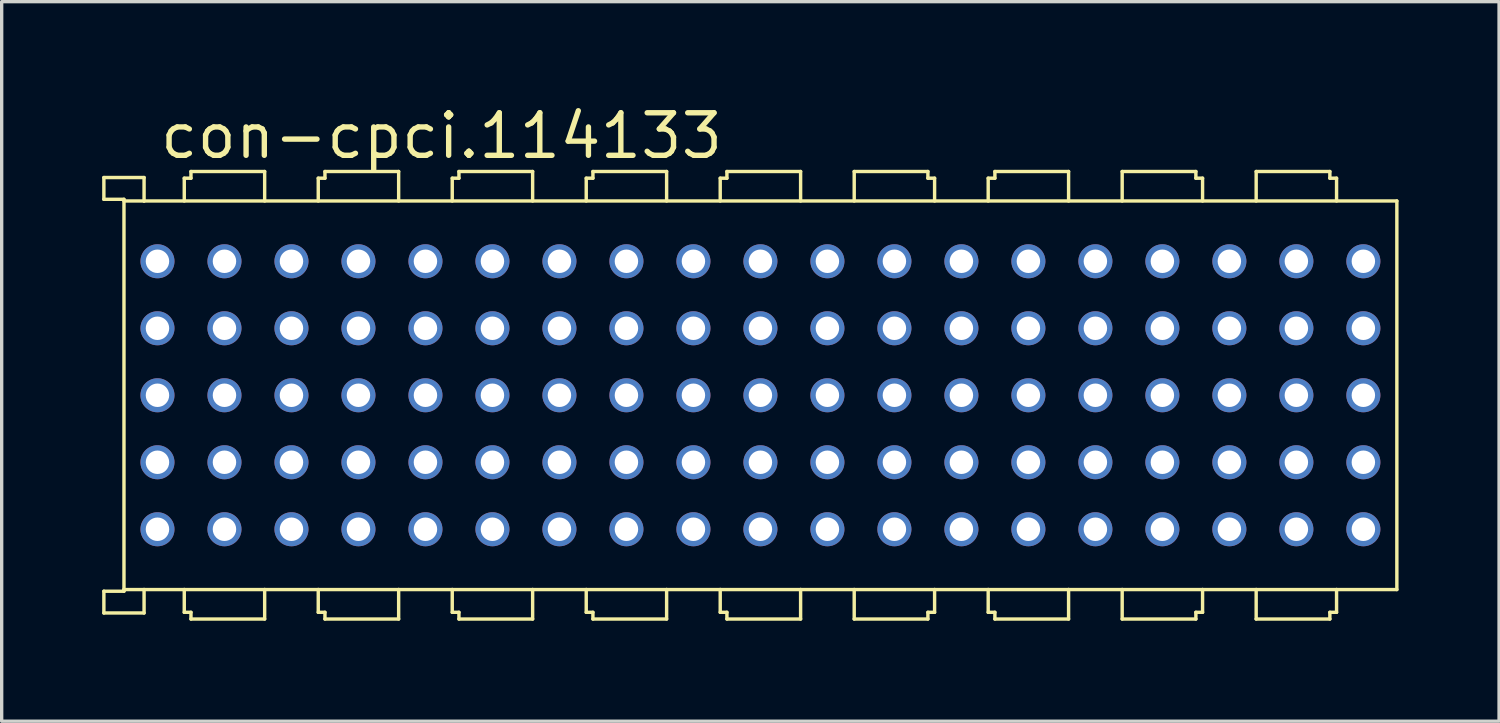
<source format=kicad_pcb>
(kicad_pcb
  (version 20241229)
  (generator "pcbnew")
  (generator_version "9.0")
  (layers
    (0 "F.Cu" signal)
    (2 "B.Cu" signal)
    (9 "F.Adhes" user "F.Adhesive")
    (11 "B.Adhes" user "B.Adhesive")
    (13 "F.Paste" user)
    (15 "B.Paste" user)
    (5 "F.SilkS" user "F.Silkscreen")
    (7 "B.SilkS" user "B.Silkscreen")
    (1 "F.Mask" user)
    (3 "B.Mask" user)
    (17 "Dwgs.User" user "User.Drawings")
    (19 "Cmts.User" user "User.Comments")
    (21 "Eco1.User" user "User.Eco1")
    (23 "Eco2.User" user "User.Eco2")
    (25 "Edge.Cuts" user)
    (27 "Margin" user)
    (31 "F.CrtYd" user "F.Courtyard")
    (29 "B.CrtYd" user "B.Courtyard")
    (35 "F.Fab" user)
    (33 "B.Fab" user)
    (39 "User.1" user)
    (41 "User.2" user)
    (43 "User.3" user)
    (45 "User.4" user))
  (footprint "con-cpci.114133"
    (layer "F.Cu")
    (at 19.651 8.75)
    (property "Reference" "con-cpci.114133" (at -18 -7 0) (layer "F.SilkS") (effects (font (size 1.27 1.27) (thickness 0.16)) (justify left bottom)))
    (attr through_hole)
    (fp_line (start -19.6 -6.5) (end -19.6 -5.85) (stroke (width 0.102) (type default)) (layer "F.SilkS"))
    (fp_line (start -19.6 -5.85) (end -19 -5.85) (stroke (width 0.102) (type default)) (layer "F.SilkS"))
    (fp_line (start -19.6 5.85) (end -19 5.85) (stroke (width 0.102) (type default)) (layer "F.SilkS"))
    (fp_line (start -19.6 6.5) (end -19.6 5.85) (stroke (width 0.102) (type default)) (layer "F.SilkS"))
    (fp_line (start -19 -5.85) (end -19 5.8) (stroke (width 0.102) (type default)) (layer "F.SilkS"))
    (fp_line (start -19 -5.8) (end -18.4 -5.8) (stroke (width 0.102) (type default)) (layer "F.SilkS"))
    (fp_line (start -19 5.8) (end -18.4 5.8) (stroke (width 0.102) (type default)) (layer "F.SilkS"))
    (fp_line (start -19 5.85) (end -19 5.8) (stroke (width 0.102) (type default)) (layer "F.SilkS"))
    (fp_line (start -18.4 -6.5) (end -19.6 -6.5) (stroke (width 0.102) (type default)) (layer "F.SilkS"))
    (fp_line (start -18.4 -5.8) (end -18.4 -6.5) (stroke (width 0.102) (type default)) (layer "F.SilkS"))
    (fp_line (start -18.4 -5.8) (end 19 -5.8) (stroke (width 0.102) (type default)) (layer "F.SilkS"))
    (fp_line (start -18.4 5.8) (end -18.4 6.5) (stroke (width 0.102) (type default)) (layer "F.SilkS"))
    (fp_line (start -18.4 5.8) (end -17.2 5.8) (stroke (width 0.102) (type default)) (layer "F.SilkS"))
    (fp_line (start -18.4 6.5) (end -19.6 6.5) (stroke (width 0.102) (type default)) (layer "F.SilkS"))
    (fp_line (start -17.2 -6.48) (end -17 -6.48) (stroke (width 0.102) (type default)) (layer "F.SilkS"))
    (fp_line (start -17.2 -5.8) (end -17.2 -6.48) (stroke (width 0.102) (type default)) (layer "F.SilkS"))
    (fp_line (start -17.2 5.8) (end -17.2 6.48) (stroke (width 0.102) (type default)) (layer "F.SilkS"))
    (fp_line (start -17.2 6.48) (end -17 6.48) (stroke (width 0.102) (type default)) (layer "F.SilkS"))
    (fp_line (start -17 -6.68) (end -14.8 -6.68) (stroke (width 0.102) (type default)) (layer "F.SilkS"))
    (fp_line (start -17 -6.48) (end -17 -6.68) (stroke (width 0.102) (type default)) (layer "F.SilkS"))
    (fp_line (start -17 6.48) (end -17 6.68) (stroke (width 0.102) (type default)) (layer "F.SilkS"))
    (fp_line (start -17 6.68) (end -14.8 6.68) (stroke (width 0.102) (type default)) (layer "F.SilkS"))
    (fp_line (start -14.8 -6.68) (end -14.8 -5.8) (stroke (width 0.102) (type default)) (layer "F.SilkS"))
    (fp_line (start -14.8 5.8) (end -17.2 5.8) (stroke (width 0.102) (type default)) (layer "F.SilkS"))
    (fp_line (start -14.8 5.8) (end -13.2 5.8) (stroke (width 0.102) (type default)) (layer "F.SilkS"))
    (fp_line (start -14.8 6.68) (end -14.8 5.8) (stroke (width 0.102) (type default)) (layer "F.SilkS"))
    (fp_line (start -13.2 -6.48) (end -13 -6.48) (stroke (width 0.102) (type default)) (layer "F.SilkS"))
    (fp_line (start -13.2 -5.8) (end -13.2 -6.48) (stroke (width 0.102) (type default)) (layer "F.SilkS"))
    (fp_line (start -13.2 5.8) (end -13.2 6.48) (stroke (width 0.102) (type default)) (layer "F.SilkS"))
    (fp_line (start -13.2 6.48) (end -13 6.48) (stroke (width 0.102) (type default)) (layer "F.SilkS"))
    (fp_line (start -13 -6.68) (end -10.8 -6.68) (stroke (width 0.102) (type default)) (layer "F.SilkS"))
    (fp_line (start -13 -6.48) (end -13 -6.68) (stroke (width 0.102) (type default)) (layer "F.SilkS"))
    (fp_line (start -13 6.48) (end -13 6.68) (stroke (width 0.102) (type default)) (layer "F.SilkS"))
    (fp_line (start -13 6.68) (end -10.8 6.68) (stroke (width 0.102) (type default)) (layer "F.SilkS"))
    (fp_line (start -10.8 -6.68) (end -10.8 -5.8) (stroke (width 0.102) (type default)) (layer "F.SilkS"))
    (fp_line (start -10.8 5.8) (end -13.2 5.8) (stroke (width 0.102) (type default)) (layer "F.SilkS"))
    (fp_line (start -10.8 5.8) (end -9.2 5.8) (stroke (width 0.102) (type default)) (layer "F.SilkS"))
    (fp_line (start -10.8 6.68) (end -10.8 5.8) (stroke (width 0.102) (type default)) (layer "F.SilkS"))
    (fp_line (start -9.2 -6.48) (end -9 -6.48) (stroke (width 0.102) (type default)) (layer "F.SilkS"))
    (fp_line (start -9.2 -5.8) (end -9.2 -6.48) (stroke (width 0.102) (type default)) (layer "F.SilkS"))
    (fp_line (start -9.2 5.8) (end -9.2 6.48) (stroke (width 0.102) (type default)) (layer "F.SilkS"))
    (fp_line (start -9.2 6.48) (end -9 6.48) (stroke (width 0.102) (type default)) (layer "F.SilkS"))
    (fp_line (start -9 -6.68) (end -6.8 -6.68) (stroke (width 0.102) (type default)) (layer "F.SilkS"))
    (fp_line (start -9 -6.48) (end -9 -6.68) (stroke (width 0.102) (type default)) (layer "F.SilkS"))
    (fp_line (start -9 6.48) (end -9 6.68) (stroke (width 0.102) (type default)) (layer "F.SilkS"))
    (fp_line (start -9 6.68) (end -6.8 6.68) (stroke (width 0.102) (type default)) (layer "F.SilkS"))
    (fp_line (start -6.8 -6.68) (end -6.8 -5.8) (stroke (width 0.102) (type default)) (layer "F.SilkS"))
    (fp_line (start -6.8 5.8) (end -9.2 5.8) (stroke (width 0.102) (type default)) (layer "F.SilkS"))
    (fp_line (start -6.8 5.8) (end -5.2 5.8) (stroke (width 0.102) (type default)) (layer "F.SilkS"))
    (fp_line (start -6.8 6.68) (end -6.8 5.8) (stroke (width 0.102) (type default)) (layer "F.SilkS"))
    (fp_line (start -5.2 -6.48) (end -5 -6.48) (stroke (width 0.102) (type default)) (layer "F.SilkS"))
    (fp_line (start -5.2 -5.8) (end -5.2 -6.48) (stroke (width 0.102) (type default)) (layer "F.SilkS"))
    (fp_line (start -5.2 5.8) (end -5.2 6.48) (stroke (width 0.102) (type default)) (layer "F.SilkS"))
    (fp_line (start -5.2 6.48) (end -5 6.48) (stroke (width 0.102) (type default)) (layer "F.SilkS"))
    (fp_line (start -5 -6.68) (end -2.8 -6.68) (stroke (width 0.102) (type default)) (layer "F.SilkS"))
    (fp_line (start -5 -6.48) (end -5 -6.68) (stroke (width 0.102) (type default)) (layer "F.SilkS"))
    (fp_line (start -5 6.48) (end -5 6.68) (stroke (width 0.102) (type default)) (layer "F.SilkS"))
    (fp_line (start -5 6.68) (end -2.8 6.68) (stroke (width 0.102) (type default)) (layer "F.SilkS"))
    (fp_line (start -2.8 -6.68) (end -2.8 -5.8) (stroke (width 0.102) (type default)) (layer "F.SilkS"))
    (fp_line (start -2.8 5.8) (end -5.2 5.8) (stroke (width 0.102) (type default)) (layer "F.SilkS"))
    (fp_line (start -2.8 5.8) (end -1.2 5.8) (stroke (width 0.102) (type default)) (layer "F.SilkS"))
    (fp_line (start -2.8 6.68) (end -2.8 5.8) (stroke (width 0.102) (type default)) (layer "F.SilkS"))
    (fp_line (start -1.2 -6.48) (end -1 -6.48) (stroke (width 0.102) (type default)) (layer "F.SilkS"))
    (fp_line (start -1.2 -5.8) (end -1.2 -6.48) (stroke (width 0.102) (type default)) (layer "F.SilkS"))
    (fp_line (start -1.2 5.8) (end -1.2 6.48) (stroke (width 0.102) (type default)) (layer "F.SilkS"))
    (fp_line (start -1.2 6.48) (end -1 6.48) (stroke (width 0.102) (type default)) (layer "F.SilkS"))
    (fp_line (start -1 -6.68) (end 1.2 -6.68) (stroke (width 0.102) (type default)) (layer "F.SilkS"))
    (fp_line (start -1 -6.48) (end -1 -6.68) (stroke (width 0.102) (type default)) (layer "F.SilkS"))
    (fp_line (start -1 6.48) (end -1 6.68) (stroke (width 0.102) (type default)) (layer "F.SilkS"))
    (fp_line (start -1 6.68) (end 1.2 6.68) (stroke (width 0.102) (type default)) (layer "F.SilkS"))
    (fp_line (start 1.2 -5.8) (end 1.2 -6.68) (stroke (width 0.102) (type default)) (layer "F.SilkS"))
    (fp_line (start 1.2 5.8) (end -1.2 5.8) (stroke (width 0.102) (type default)) (layer "F.SilkS"))
    (fp_line (start 1.2 5.8) (end 1.2 6.68) (stroke (width 0.102) (type default)) (layer "F.SilkS"))
    (fp_line (start 1.2 5.8) (end 2.8 5.8) (stroke (width 0.102) (type default)) (layer "F.SilkS"))
    (fp_line (start 2.8 -6.68) (end 2.8 -5.8) (stroke (width 0.102) (type default)) (layer "F.SilkS"))
    (fp_line (start 2.8 5.8) (end 5.2 5.8) (stroke (width 0.102) (type default)) (layer "F.SilkS"))
    (fp_line (start 2.8 6.68) (end 2.8 5.8) (stroke (width 0.102) (type default)) (layer "F.SilkS"))
    (fp_line (start 5 -6.68) (end 2.8 -6.68) (stroke (width 0.102) (type default)) (layer "F.SilkS"))
    (fp_line (start 5 -6.48) (end 5 -6.68) (stroke (width 0.102) (type default)) (layer "F.SilkS"))
    (fp_line (start 5 6.48) (end 5 6.68) (stroke (width 0.102) (type default)) (layer "F.SilkS"))
    (fp_line (start 5 6.68) (end 2.8 6.68) (stroke (width 0.102) (type default)) (layer "F.SilkS"))
    (fp_line (start 5.2 -6.48) (end 5 -6.48) (stroke (width 0.102) (type default)) (layer "F.SilkS"))
    (fp_line (start 5.2 -5.8) (end 5.2 -6.48) (stroke (width 0.102) (type default)) (layer "F.SilkS"))
    (fp_line (start 5.2 5.8) (end 5.2 6.48) (stroke (width 0.102) (type default)) (layer "F.SilkS"))
    (fp_line (start 5.2 6.48) (end 5 6.48) (stroke (width 0.102) (type default)) (layer "F.SilkS"))
    (fp_line (start 6.8 -6.48) (end 7 -6.48) (stroke (width 0.102) (type default)) (layer "F.SilkS"))
    (fp_line (start 6.8 -5.8) (end 6.8 -6.48) (stroke (width 0.102) (type default)) (layer "F.SilkS"))
    (fp_line (start 6.8 5.8) (end 5.2 5.8) (stroke (width 0.102) (type default)) (layer "F.SilkS"))
    (fp_line (start 6.8 5.8) (end 6.8 6.48) (stroke (width 0.102) (type default)) (layer "F.SilkS"))
    (fp_line (start 6.8 6.48) (end 7 6.48) (stroke (width 0.102) (type default)) (layer "F.SilkS"))
    (fp_line (start 7 -6.68) (end 9.2 -6.68) (stroke (width 0.102) (type default)) (layer "F.SilkS"))
    (fp_line (start 7 -6.48) (end 7 -6.68) (stroke (width 0.102) (type default)) (layer "F.SilkS"))
    (fp_line (start 7 6.48) (end 7 6.68) (stroke (width 0.102) (type default)) (layer "F.SilkS"))
    (fp_line (start 7 6.68) (end 9.2 6.68) (stroke (width 0.102) (type default)) (layer "F.SilkS"))
    (fp_line (start 9.2 -6.68) (end 9.2 -5.8) (stroke (width 0.102) (type default)) (layer "F.SilkS"))
    (fp_line (start 9.2 5.8) (end 6.8 5.8) (stroke (width 0.102) (type default)) (layer "F.SilkS"))
    (fp_line (start 9.2 6.68) (end 9.2 5.8) (stroke (width 0.102) (type default)) (layer "F.SilkS"))
    (fp_line (start 10.8 -5.8) (end 10.8 -6.68) (stroke (width 0.102) (type default)) (layer "F.SilkS"))
    (fp_line (start 10.8 5.8) (end 9.2 5.8) (stroke (width 0.102) (type default)) (layer "F.SilkS"))
    (fp_line (start 10.8 5.8) (end 10.8 6.68) (stroke (width 0.102) (type default)) (layer "F.SilkS"))
    (fp_line (start 10.8 5.8) (end 13.2 5.8) (stroke (width 0.102) (type default)) (layer "F.SilkS"))
    (fp_line (start 13 -6.68) (end 10.8 -6.68) (stroke (width 0.102) (type default)) (layer "F.SilkS"))
    (fp_line (start 13 -6.48) (end 13 -6.68) (stroke (width 0.102) (type default)) (layer "F.SilkS"))
    (fp_line (start 13 6.48) (end 13 6.68) (stroke (width 0.102) (type default)) (layer "F.SilkS"))
    (fp_line (start 13 6.68) (end 10.8 6.68) (stroke (width 0.102) (type default)) (layer "F.SilkS"))
    (fp_line (start 13.2 -6.48) (end 13 -6.48) (stroke (width 0.102) (type default)) (layer "F.SilkS"))
    (fp_line (start 13.2 -5.8) (end 13.2 -6.48) (stroke (width 0.102) (type default)) (layer "F.SilkS"))
    (fp_line (start 13.2 5.8) (end 13.2 6.48) (stroke (width 0.102) (type default)) (layer "F.SilkS"))
    (fp_line (start 13.2 6.48) (end 13 6.48) (stroke (width 0.102) (type default)) (layer "F.SilkS"))
    (fp_line (start 14.8 -6.68) (end 14.8 -5.8) (stroke (width 0.102) (type default)) (layer "F.SilkS"))
    (fp_line (start 14.8 5.8) (end 13.2 5.8) (stroke (width 0.102) (type default)) (layer "F.SilkS"))
    (fp_line (start 14.8 5.8) (end 17.2 5.8) (stroke (width 0.102) (type default)) (layer "F.SilkS"))
    (fp_line (start 14.8 6.68) (end 14.8 5.8) (stroke (width 0.102) (type default)) (layer "F.SilkS"))
    (fp_line (start 17 -6.68) (end 14.8 -6.68) (stroke (width 0.102) (type default)) (layer "F.SilkS"))
    (fp_line (start 17 -6.48) (end 17 -6.68) (stroke (width 0.102) (type default)) (layer "F.SilkS"))
    (fp_line (start 17 6.48) (end 17 6.68) (stroke (width 0.102) (type default)) (layer "F.SilkS"))
    (fp_line (start 17 6.68) (end 14.8 6.68) (stroke (width 0.102) (type default)) (layer "F.SilkS"))
    (fp_line (start 17.2 -6.48) (end 17 -6.48) (stroke (width 0.102) (type default)) (layer "F.SilkS"))
    (fp_line (start 17.2 -5.8) (end 17.2 -6.48) (stroke (width 0.102) (type default)) (layer "F.SilkS"))
    (fp_line (start 17.2 5.8) (end 17.2 6.48) (stroke (width 0.102) (type default)) (layer "F.SilkS"))
    (fp_line (start 17.2 6.48) (end 17 6.48) (stroke (width 0.102) (type default)) (layer "F.SilkS"))
    (fp_line (start 19 -5.8) (end 19 5.8) (stroke (width 0.102) (type default)) (layer "F.SilkS"))
    (fp_line (start 19 5.8) (end 17.2 5.8) (stroke (width 0.102) (type default)) (layer "F.SilkS"))
    (pad "A1" thru_hole circle (at 18 4 180) (size 1.016 1.016) (drill 0.7) (layers "*.Cu" "*.Mask"))
    (pad "A2" thru_hole circle (at 16 4 180) (size 1.016 1.016) (drill 0.7) (layers "*.Cu" "*.Mask"))
    (pad "A3" thru_hole circle (at 14 4 180) (size 1.016 1.016) (drill 0.7) (layers "*.Cu" "*.Mask"))
    (pad "A4" thru_hole circle (at 12 4 180) (size 1.016 1.016) (drill 0.7) (layers "*.Cu" "*.Mask"))
    (pad "A5" thru_hole circle (at 10 4 180) (size 1.016 1.016) (drill 0.7) (layers "*.Cu" "*.Mask"))
    (pad "A6" thru_hole circle (at 8 4 180) (size 1.016 1.016) (drill 0.7) (layers "*.Cu" "*.Mask"))
    (pad "A7" thru_hole circle (at 6 4 180) (size 1.016 1.016) (drill 0.7) (layers "*.Cu" "*.Mask"))
    (pad "A8" thru_hole circle (at 4 4 180) (size 1.016 1.016) (drill 0.7) (layers "*.Cu" "*.Mask"))
    (pad "A9" thru_hole circle (at 2 4 180) (size 1.016 1.016) (drill 0.7) (layers "*.Cu" "*.Mask"))
    (pad "A10" thru_hole circle (at 0 4 180) (size 1.016 1.016) (drill 0.7) (layers "*.Cu" "*.Mask"))
    (pad "A11" thru_hole circle (at -2 4 180) (size 1.016 1.016) (drill 0.7) (layers "*.Cu" "*.Mask"))
    (pad "A12" thru_hole circle (at -4 4 180) (size 1.016 1.016) (drill 0.7) (layers "*.Cu" "*.Mask"))
    (pad "A13" thru_hole circle (at -6 4 180) (size 1.016 1.016) (drill 0.7) (layers "*.Cu" "*.Mask"))
    (pad "A14" thru_hole circle (at -8 4 180) (size 1.016 1.016) (drill 0.7) (layers "*.Cu" "*.Mask"))
    (pad "A15" thru_hole circle (at -10 4 180) (size 1.016 1.016) (drill 0.7) (layers "*.Cu" "*.Mask"))
    (pad "A16" thru_hole circle (at -12 4 180) (size 1.016 1.016) (drill 0.7) (layers "*.Cu" "*.Mask"))
    (pad "A17" thru_hole circle (at -14 4 180) (size 1.016 1.016) (drill 0.7) (layers "*.Cu" "*.Mask"))
    (pad "A18" thru_hole circle (at -16 4 180) (size 1.016 1.016) (drill 0.7) (layers "*.Cu" "*.Mask"))
    (pad "A19" thru_hole circle (at -18 4 180) (size 1.016 1.016) (drill 0.7) (layers "*.Cu" "*.Mask"))
    (pad "B1" thru_hole circle (at 18 2 180) (size 1.016 1.016) (drill 0.7) (layers "*.Cu" "*.Mask"))
    (pad "B2" thru_hole circle (at 16 2 180) (size 1.016 1.016) (drill 0.7) (layers "*.Cu" "*.Mask"))
    (pad "B3" thru_hole circle (at 14 2 180) (size 1.016 1.016) (drill 0.7) (layers "*.Cu" "*.Mask"))
    (pad "B4" thru_hole circle (at 12 2 180) (size 1.016 1.016) (drill 0.7) (layers "*.Cu" "*.Mask"))
    (pad "B5" thru_hole circle (at 10 2 180) (size 1.016 1.016) (drill 0.7) (layers "*.Cu" "*.Mask"))
    (pad "B6" thru_hole circle (at 8 2 180) (size 1.016 1.016) (drill 0.7) (layers "*.Cu" "*.Mask"))
    (pad "B7" thru_hole circle (at 6 2 180) (size 1.016 1.016) (drill 0.7) (layers "*.Cu" "*.Mask"))
    (pad "B8" thru_hole circle (at 4 2 180) (size 1.016 1.016) (drill 0.7) (layers "*.Cu" "*.Mask"))
    (pad "B9" thru_hole circle (at 2 2 180) (size 1.016 1.016) (drill 0.7) (layers "*.Cu" "*.Mask"))
    (pad "B10" thru_hole circle (at 0 2 180) (size 1.016 1.016) (drill 0.7) (layers "*.Cu" "*.Mask"))
    (pad "B11" thru_hole circle (at -2 2 180) (size 1.016 1.016) (drill 0.7) (layers "*.Cu" "*.Mask"))
    (pad "B12" thru_hole circle (at -4 2 180) (size 1.016 1.016) (drill 0.7) (layers "*.Cu" "*.Mask"))
    (pad "B13" thru_hole circle (at -6 2 180) (size 1.016 1.016) (drill 0.7) (layers "*.Cu" "*.Mask"))
    (pad "B14" thru_hole circle (at -8 2 180) (size 1.016 1.016) (drill 0.7) (layers "*.Cu" "*.Mask"))
    (pad "B15" thru_hole circle (at -10 2 180) (size 1.016 1.016) (drill 0.7) (layers "*.Cu" "*.Mask"))
    (pad "B16" thru_hole circle (at -12 2 180) (size 1.016 1.016) (drill 0.7) (layers "*.Cu" "*.Mask"))
    (pad "B17" thru_hole circle (at -14 2 180) (size 1.016 1.016) (drill 0.7) (layers "*.Cu" "*.Mask"))
    (pad "B18" thru_hole circle (at -16 2 180) (size 1.016 1.016) (drill 0.7) (layers "*.Cu" "*.Mask"))
    (pad "B19" thru_hole circle (at -18 2 180) (size 1.016 1.016) (drill 0.7) (layers "*.Cu" "*.Mask"))
    (pad "C1" thru_hole circle (at 18 0 180) (size 1.016 1.016) (drill 0.7) (layers "*.Cu" "*.Mask"))
    (pad "C2" thru_hole circle (at 16 0 180) (size 1.016 1.016) (drill 0.7) (layers "*.Cu" "*.Mask"))
    (pad "C3" thru_hole circle (at 14 0 180) (size 1.016 1.016) (drill 0.7) (layers "*.Cu" "*.Mask"))
    (pad "C4" thru_hole circle (at 12 0 180) (size 1.016 1.016) (drill 0.7) (layers "*.Cu" "*.Mask"))
    (pad "C5" thru_hole circle (at 10 0 180) (size 1.016 1.016) (drill 0.7) (layers "*.Cu" "*.Mask"))
    (pad "C6" thru_hole circle (at 8 0 180) (size 1.016 1.016) (drill 0.7) (layers "*.Cu" "*.Mask"))
    (pad "C7" thru_hole circle (at 6 0 180) (size 1.016 1.016) (drill 0.7) (layers "*.Cu" "*.Mask"))
    (pad "C8" thru_hole circle (at 4 0 180) (size 1.016 1.016) (drill 0.7) (layers "*.Cu" "*.Mask"))
    (pad "C9" thru_hole circle (at 2 0 180) (size 1.016 1.016) (drill 0.7) (layers "*.Cu" "*.Mask"))
    (pad "C10" thru_hole circle (at 0 0 180) (size 1.016 1.016) (drill 0.7) (layers "*.Cu" "*.Mask"))
    (pad "C11" thru_hole circle (at -2 0 180) (size 1.016 1.016) (drill 0.7) (layers "*.Cu" "*.Mask"))
    (pad "C12" thru_hole circle (at -4 0 180) (size 1.016 1.016) (drill 0.7) (layers "*.Cu" "*.Mask"))
    (pad "C13" thru_hole circle (at -6 0 180) (size 1.016 1.016) (drill 0.7) (layers "*.Cu" "*.Mask"))
    (pad "C14" thru_hole circle (at -8 0 180) (size 1.016 1.016) (drill 0.7) (layers "*.Cu" "*.Mask"))
    (pad "C15" thru_hole circle (at -10 0 180) (size 1.016 1.016) (drill 0.7) (layers "*.Cu" "*.Mask"))
    (pad "C16" thru_hole circle (at -12 0 180) (size 1.016 1.016) (drill 0.7) (layers "*.Cu" "*.Mask"))
    (pad "C17" thru_hole circle (at -14 0 180) (size 1.016 1.016) (drill 0.7) (layers "*.Cu" "*.Mask"))
    (pad "C18" thru_hole circle (at -16 0 180) (size 1.016 1.016) (drill 0.7) (layers "*.Cu" "*.Mask"))
    (pad "C19" thru_hole circle (at -18 0 180) (size 1.016 1.016) (drill 0.7) (layers "*.Cu" "*.Mask"))
    (pad "D1" thru_hole circle (at 18 -2 180) (size 1.016 1.016) (drill 0.7) (layers "*.Cu" "*.Mask"))
    (pad "D2" thru_hole circle (at 16 -2 180) (size 1.016 1.016) (drill 0.7) (layers "*.Cu" "*.Mask"))
    (pad "D3" thru_hole circle (at 14 -2 180) (size 1.016 1.016) (drill 0.7) (layers "*.Cu" "*.Mask"))
    (pad "D4" thru_hole circle (at 12 -2 180) (size 1.016 1.016) (drill 0.7) (layers "*.Cu" "*.Mask"))
    (pad "D5" thru_hole circle (at 10 -2 180) (size 1.016 1.016) (drill 0.7) (layers "*.Cu" "*.Mask"))
    (pad "D6" thru_hole circle (at 8 -2 180) (size 1.016 1.016) (drill 0.7) (layers "*.Cu" "*.Mask"))
    (pad "D7" thru_hole circle (at 6 -2 180) (size 1.016 1.016) (drill 0.7) (layers "*.Cu" "*.Mask"))
    (pad "D8" thru_hole circle (at 4 -2 180) (size 1.016 1.016) (drill 0.7) (layers "*.Cu" "*.Mask"))
    (pad "D9" thru_hole circle (at 2 -2 180) (size 1.016 1.016) (drill 0.7) (layers "*.Cu" "*.Mask"))
    (pad "D10" thru_hole circle (at 0 -2 180) (size 1.016 1.016) (drill 0.7) (layers "*.Cu" "*.Mask"))
    (pad "D11" thru_hole circle (at -2 -2 180) (size 1.016 1.016) (drill 0.7) (layers "*.Cu" "*.Mask"))
    (pad "D12" thru_hole circle (at -4 -2 180) (size 1.016 1.016) (drill 0.7) (layers "*.Cu" "*.Mask"))
    (pad "D13" thru_hole circle (at -6 -2 180) (size 1.016 1.016) (drill 0.7) (layers "*.Cu" "*.Mask"))
    (pad "D14" thru_hole circle (at -8 -2 180) (size 1.016 1.016) (drill 0.7) (layers "*.Cu" "*.Mask"))
    (pad "D15" thru_hole circle (at -10 -2 180) (size 1.016 1.016) (drill 0.7) (layers "*.Cu" "*.Mask"))
    (pad "D16" thru_hole circle (at -12 -2 180) (size 1.016 1.016) (drill 0.7) (layers "*.Cu" "*.Mask"))
    (pad "D17" thru_hole circle (at -14 -2 180) (size 1.016 1.016) (drill 0.7) (layers "*.Cu" "*.Mask"))
    (pad "D18" thru_hole circle (at -16 -2 180) (size 1.016 1.016) (drill 0.7) (layers "*.Cu" "*.Mask"))
    (pad "D19" thru_hole circle (at -18 -2 180) (size 1.016 1.016) (drill 0.7) (layers "*.Cu" "*.Mask"))
    (pad "E1" thru_hole circle (at 18 -4 180) (size 1.016 1.016) (drill 0.7) (layers "*.Cu" "*.Mask"))
    (pad "E2" thru_hole circle (at 16 -4 180) (size 1.016 1.016) (drill 0.7) (layers "*.Cu" "*.Mask"))
    (pad "E3" thru_hole circle (at 14 -4 180) (size 1.016 1.016) (drill 0.7) (layers "*.Cu" "*.Mask"))
    (pad "E4" thru_hole circle (at 12 -4 180) (size 1.016 1.016) (drill 0.7) (layers "*.Cu" "*.Mask"))
    (pad "E5" thru_hole circle (at 10 -4 180) (size 1.016 1.016) (drill 0.7) (layers "*.Cu" "*.Mask"))
    (pad "E6" thru_hole circle (at 8 -4 180) (size 1.016 1.016) (drill 0.7) (layers "*.Cu" "*.Mask"))
    (pad "E7" thru_hole circle (at 6 -4 180) (size 1.016 1.016) (drill 0.7) (layers "*.Cu" "*.Mask"))
    (pad "E8" thru_hole circle (at 4 -4 180) (size 1.016 1.016) (drill 0.7) (layers "*.Cu" "*.Mask"))
    (pad "E9" thru_hole circle (at 2 -4 180) (size 1.016 1.016) (drill 0.7) (layers "*.Cu" "*.Mask"))
    (pad "E10" thru_hole circle (at 0 -4 180) (size 1.016 1.016) (drill 0.7) (layers "*.Cu" "*.Mask"))
    (pad "E11" thru_hole circle (at -2 -4 180) (size 1.016 1.016) (drill 0.7) (layers "*.Cu" "*.Mask"))
    (pad "E12" thru_hole circle (at -4 -4 180) (size 1.016 1.016) (drill 0.7) (layers "*.Cu" "*.Mask"))
    (pad "E13" thru_hole circle (at -6 -4 180) (size 1.016 1.016) (drill 0.7) (layers "*.Cu" "*.Mask"))
    (pad "E14" thru_hole circle (at -8 -4 180) (size 1.016 1.016) (drill 0.7) (layers "*.Cu" "*.Mask"))
    (pad "E15" thru_hole circle (at -10 -4 180) (size 1.016 1.016) (drill 0.7) (layers "*.Cu" "*.Mask"))
    (pad "E16" thru_hole circle (at -12 -4 180) (size 1.016 1.016) (drill 0.7) (layers "*.Cu" "*.Mask"))
    (pad "E17" thru_hole circle (at -14 -4 180) (size 1.016 1.016) (drill 0.7) (layers "*.Cu" "*.Mask"))
    (pad "E18" thru_hole circle (at -16 -4 180) (size 1.016 1.016) (drill 0.7) (layers "*.Cu" "*.Mask"))
    (pad "E19" thru_hole circle (at -18 -4 180) (size 1.016 1.016) (drill 0.7) (layers "*.Cu" "*.Mask")))
  (gr_rect
    (start -3 -3)
    (end 41.702 18.481)
    (stroke (width 0.1) (type default))
    (fill no)
    (layer "Edge.Cuts")))
</source>
